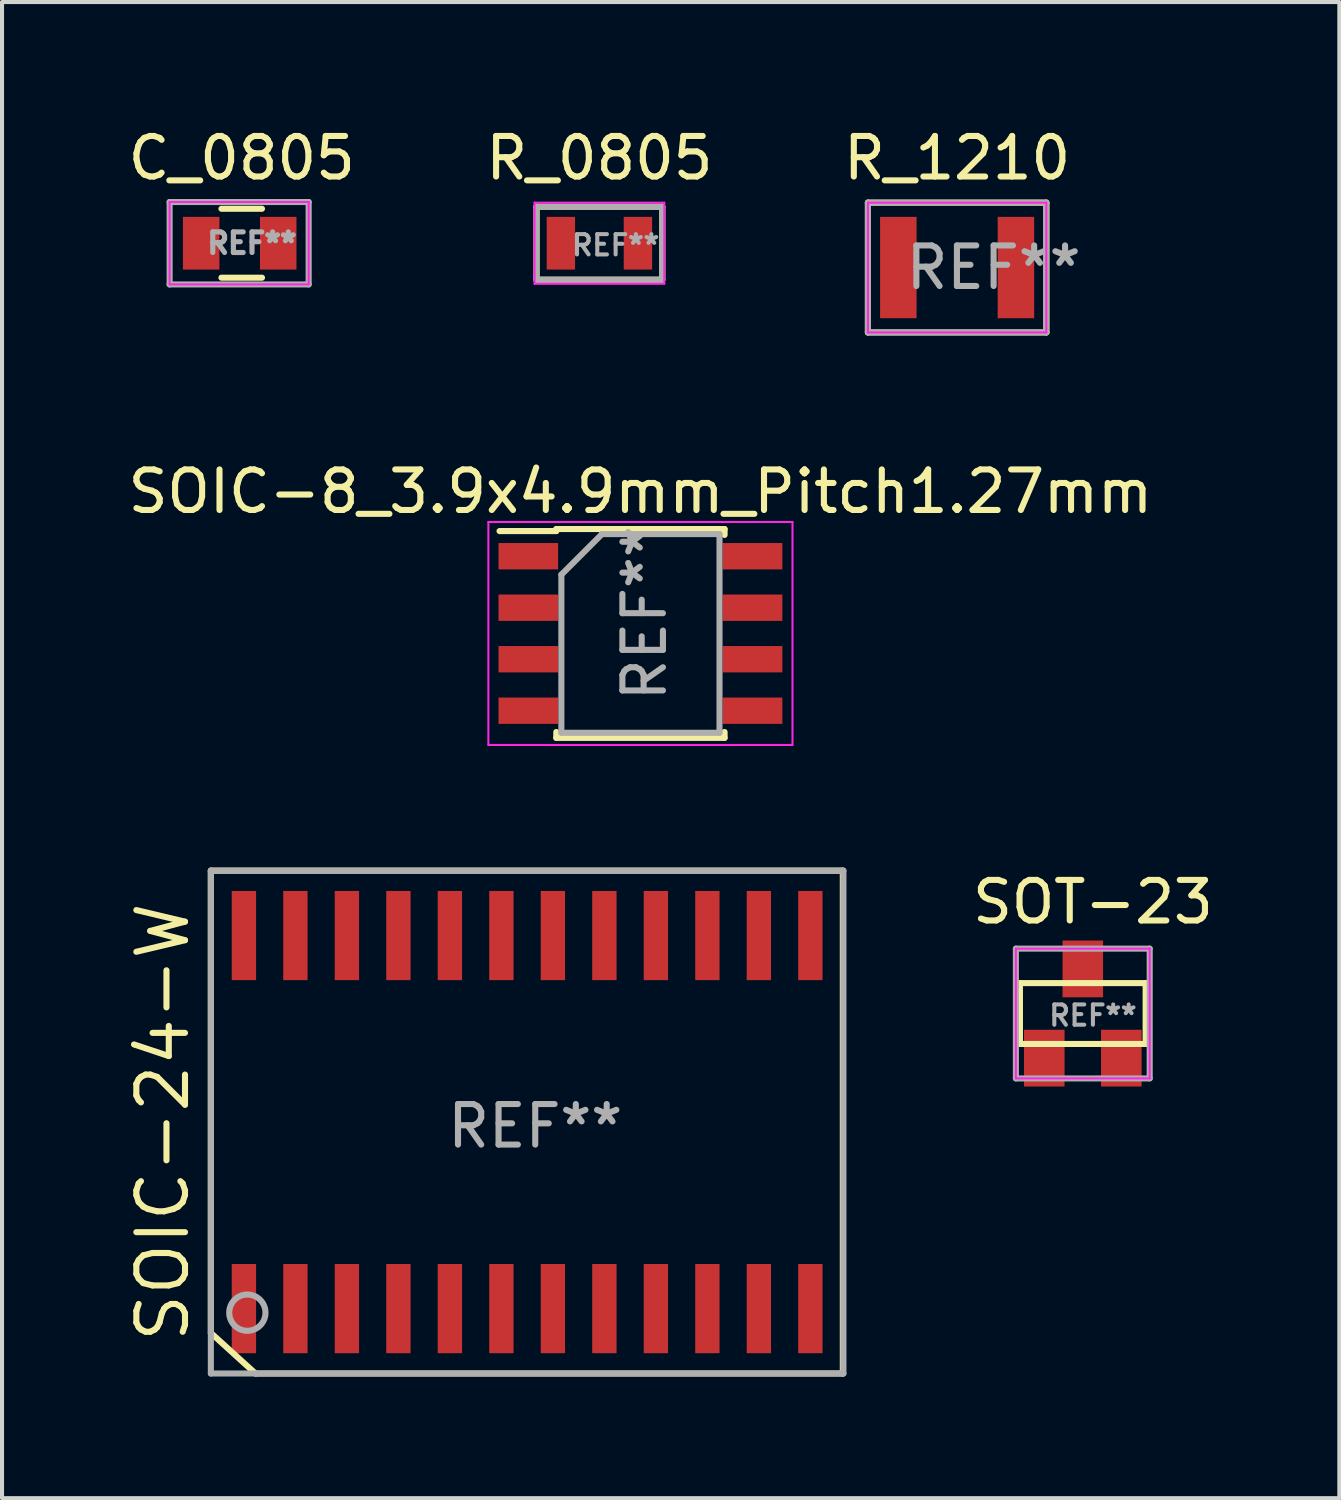
<source format=kicad_pcb>
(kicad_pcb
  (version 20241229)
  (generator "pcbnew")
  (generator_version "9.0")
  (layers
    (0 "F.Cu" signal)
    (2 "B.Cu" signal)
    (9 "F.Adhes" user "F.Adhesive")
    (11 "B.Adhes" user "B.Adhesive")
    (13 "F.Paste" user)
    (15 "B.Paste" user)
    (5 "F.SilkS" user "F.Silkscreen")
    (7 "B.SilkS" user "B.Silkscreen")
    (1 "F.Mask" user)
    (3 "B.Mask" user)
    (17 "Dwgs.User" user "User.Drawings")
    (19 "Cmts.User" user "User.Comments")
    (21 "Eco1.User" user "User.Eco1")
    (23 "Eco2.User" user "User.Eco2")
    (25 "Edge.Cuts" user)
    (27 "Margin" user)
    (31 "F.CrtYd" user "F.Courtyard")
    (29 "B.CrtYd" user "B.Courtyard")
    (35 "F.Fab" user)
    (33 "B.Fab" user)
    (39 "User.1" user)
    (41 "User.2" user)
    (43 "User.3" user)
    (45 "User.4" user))
  (footprint "R_1210"
    (layer "F.Cu")
    (at 20.554 3.548)
    (property "Reference" "R_1210" (at 0 -2.7 0) (layer "F.SilkS") (effects (font (size 1 1) (thickness 0.15))))
    (attr smd)
    (fp_line (start -2.2 -1.6) (end 2.2 -1.6) (stroke (width 0.15) (type solid)) (layer "F.SilkS"))
    (fp_line (start -2.2 1.6) (end -2.2 -1.6) (stroke (width 0.15) (type solid)) (layer "F.SilkS"))
    (fp_line (start 2.2 -1.6) (end 2.2 1.6) (stroke (width 0.15) (type solid)) (layer "F.SilkS"))
    (fp_line (start 2.2 1.6) (end -2.2 1.6) (stroke (width 0.15) (type solid)) (layer "F.SilkS"))
    (fp_line (start -2.2 -1.6) (end -2.2 1.6) (stroke (width 0.05) (type solid)) (layer "F.CrtYd"))
    (fp_line (start -2.2 -1.6) (end 2.2 -1.6) (stroke (width 0.05) (type solid)) (layer "F.CrtYd"))
    (fp_line (start -2.2 1.6) (end 2.2 1.6) (stroke (width 0.05) (type solid)) (layer "F.CrtYd"))
    (fp_line (start 2.2 -1.6) (end 2.2 1.6) (stroke (width 0.05) (type solid)) (layer "F.CrtYd"))
    (fp_line (start -2.2 -1.6) (end 2.2 -1.6) (stroke (width 0.15) (type solid)) (layer "F.Fab"))
    (fp_line (start -2.2 1.6) (end -2.2 -1.6) (stroke (width 0.15) (type solid)) (layer "F.Fab"))
    (fp_line (start 2.2 -1.6) (end 2.2 1.6) (stroke (width 0.15) (type solid)) (layer "F.Fab"))
    (fp_line (start 2.2 1.6) (end -2.2 1.6) (stroke (width 0.15) (type solid)) (layer "F.Fab"))
    (fp_text user "REF**" (at 0.9 0 0) (layer "F.Fab") (effects (font (size 1 1) (thickness 0.15))))
    (pad "1" smd rect (at -1.45 0) (size 0.9 2.5) (layers "F.Cu" "F.Mask" "F.Paste"))
    (pad "2" smd rect (at 1.45 0) (size 0.9 2.5) (layers "F.Cu" "F.Mask" "F.Paste")))
  (footprint "SOIC-24-W"
    (layer "F.Cu")
    (at 9.95 24.622)
    (property "Reference" "SOIC-24-W" (at -8.985 0 90) (layer "F.SilkS") (effects (font (size 1.2 1.2) (thickness 0.15))))
    (attr through_hole)
    (fp_line (start -7.8 -6.2) (end -7.8 5.2) (stroke (width 0.15) (type solid)) (layer "F.SilkS"))
    (fp_line (start -7.8 5.2) (end -6.7 6.2) (stroke (width 0.15) (type solid)) (layer "F.SilkS"))
    (fp_line (start -6.7 6.2) (end 7.785 6.2) (stroke (width 0.15) (type solid)) (layer "F.SilkS"))
    (fp_line (start 7.785 -6.2) (end -7.8 -6.2) (stroke (width 0.15) (type solid)) (layer "F.SilkS"))
    (fp_line (start 7.785 6.2) (end 7.785 -6.2) (stroke (width 0.15) (type solid)) (layer "F.SilkS"))
    (fp_line (start -7.8 -6.2) (end 7.8 -6.2) (stroke (width 0.15) (type solid)) (layer "F.Fab"))
    (fp_line (start -7.8 6.2) (end -7.8 -6.2) (stroke (width 0.15) (type solid)) (layer "F.Fab"))
    (fp_line (start 7.8 -6.2) (end 7.8 6.2) (stroke (width 0.15) (type solid)) (layer "F.Fab"))
    (fp_line (start 7.8 6.2) (end -7.8 6.2) (stroke (width 0.15) (type solid)) (layer "F.Fab"))
    (fp_circle (center -6.9 4.7) (end -6.5 4.9) (stroke (width 0.15) (type solid)) (fill no) (layer "F.Fab"))
    (fp_text user "REF**" (at 0.2 0.1 0) (layer "F.Fab") (effects (font (size 1 1) (thickness 0.15))))
    (pad "1" smd rect (at -6.985 4.6) (size 0.6 2.2) (layers "F.Cu" "F.Mask" "F.Paste"))
    (pad "2" smd rect (at -5.715 4.6) (size 0.6 2.2) (layers "F.Cu" "F.Mask" "F.Paste"))
    (pad "3" smd rect (at -4.445 4.6) (size 0.6 2.2) (layers "F.Cu" "F.Mask" "F.Paste"))
    (pad "4" smd rect (at -3.175 4.6) (size 0.6 2.2) (layers "F.Cu" "F.Mask" "F.Paste"))
    (pad "5" smd rect (at -1.905 4.6) (size 0.6 2.2) (layers "F.Cu" "F.Mask" "F.Paste"))
    (pad "6" smd rect (at -0.635 4.6) (size 0.6 2.2) (layers "F.Cu" "F.Mask" "F.Paste"))
    (pad "7" smd rect (at 0.635 4.6) (size 0.6 2.2) (layers "F.Cu" "F.Mask" "F.Paste"))
    (pad "8" smd rect (at 1.905 4.6) (size 0.6 2.2) (layers "F.Cu" "F.Mask" "F.Paste"))
    (pad "9" smd rect (at 3.175 4.6) (size 0.6 2.2) (layers "F.Cu" "F.Mask" "F.Paste"))
    (pad "10" smd rect (at 4.445 4.6) (size 0.6 2.2) (layers "F.Cu" "F.Mask" "F.Paste"))
    (pad "11" smd rect (at 5.715 4.6) (size 0.6 2.2) (layers "F.Cu" "F.Mask" "F.Paste"))
    (pad "12" smd rect (at 6.985 4.6) (size 0.6 2.2) (layers "F.Cu" "F.Mask" "F.Paste"))
    (pad "13" smd rect (at 6.985 -4.6) (size 0.6 2.2) (layers "F.Cu" "F.Mask" "F.Paste"))
    (pad "14" smd rect (at 5.715 -4.6) (size 0.6 2.2) (layers "F.Cu" "F.Mask" "F.Paste"))
    (pad "15" smd rect (at 4.445 -4.6) (size 0.6 2.2) (layers "F.Cu" "F.Mask" "F.Paste"))
    (pad "16" smd rect (at 3.175 -4.6) (size 0.6 2.2) (layers "F.Cu" "F.Mask" "F.Paste"))
    (pad "17" smd rect (at 1.905 -4.6) (size 0.6 2.2) (layers "F.Cu" "F.Mask" "F.Paste"))
    (pad "18" smd rect (at 0.635 -4.6) (size 0.6 2.2) (layers "F.Cu" "F.Mask" "F.Paste"))
    (pad "19" smd rect (at -0.635 -4.6) (size 0.6 2.2) (layers "F.Cu" "F.Mask" "F.Paste"))
    (pad "20" smd rect (at -1.905 -4.6) (size 0.6 2.2) (layers "F.Cu" "F.Mask" "F.Paste"))
    (pad "21" smd rect (at -3.175 -4.6) (size 0.6 2.2) (layers "F.Cu" "F.Mask" "F.Paste"))
    (pad "22" smd rect (at -4.445 -4.6) (size 0.6 2.2) (layers "F.Cu" "F.Mask" "F.Paste"))
    (pad "23" smd rect (at -5.715 -4.6) (size 0.6 2.2) (layers "F.Cu" "F.Mask" "F.Paste"))
    (pad "24" smd rect (at -6.985 -4.6) (size 0.6 2.2) (layers "F.Cu" "F.Mask" "F.Paste")))
  (footprint "C_0805"
    (layer "F.Cu")
    (at 2.911 2.948)
    (property "Reference" "C_0805" (at 0 -2.1 0) (layer "F.SilkS") (effects (font (size 1 1) (thickness 0.15))))
    (attr smd)
    (fp_line (start -0.5 0.85) (end 0.5 0.85) (stroke (width 0.15) (type solid)) (layer "F.SilkS"))
    (fp_line (start 0.5 -0.85) (end -0.5 -0.85) (stroke (width 0.15) (type solid)) (layer "F.SilkS"))
    (fp_line (start -1.778 -1.016) (end -1.778 1.016) (stroke (width 0.05) (type solid)) (layer "F.CrtYd"))
    (fp_line (start -1.778 -1.016) (end 1.651 -1.016) (stroke (width 0.05) (type solid)) (layer "F.CrtYd"))
    (fp_line (start -1.778 1.016) (end 1.651 1.016) (stroke (width 0.05) (type solid)) (layer "F.CrtYd"))
    (fp_line (start 1.651 -1.016) (end 1.651 1.016) (stroke (width 0.05) (type solid)) (layer "F.CrtYd"))
    (fp_line (start -1.778 -1.016) (end 1.651 -1.016) (stroke (width 0.15) (type solid)) (layer "F.Fab"))
    (fp_line (start -1.778 1.016) (end -1.778 -1.016) (stroke (width 0.15) (type solid)) (layer "F.Fab"))
    (fp_line (start 1.651 -1.016) (end 1.651 1.016) (stroke (width 0.15) (type solid)) (layer "F.Fab"))
    (fp_line (start 1.651 1.016) (end -1.778 1.016) (stroke (width 0.15) (type solid)) (layer "F.Fab"))
    (fp_text user "REF**" (at 0.254 0 0) (layer "F.Fab") (effects (font (size 0.508 0.508) (thickness 0.127))))
    (pad "1" smd rect (at -1 0) (size 0.9 1.3) (layers "F.Cu" "F.Mask" "F.Paste"))
    (pad "2" smd rect (at 0.9 0) (size 0.9 1.3) (layers "F.Cu" "F.Mask" "F.Paste")))
  (footprint "SOIC-8_3.9x4.9mm_Pitch1.27mm"
    (layer "F.Cu")
    (at 12.744 12.572)
    (property "Reference" "SOIC-8_3.9x4.9mm_Pitch1.27mm" (at 0 -3.5 0) (layer "F.SilkS") (effects (font (size 1 1) (thickness 0.15))))
    (attr smd)
    (fp_line (start -2.075 -2.575) (end -2.075 -2.525) (stroke (width 0.15) (type solid)) (layer "F.SilkS"))
    (fp_line (start -2.075 -2.575) (end 2.075 -2.575) (stroke (width 0.15) (type solid)) (layer "F.SilkS"))
    (fp_line (start -2.075 -2.525) (end -3.475 -2.525) (stroke (width 0.15) (type solid)) (layer "F.SilkS"))
    (fp_line (start -2.075 2.575) (end -2.075 2.43) (stroke (width 0.15) (type solid)) (layer "F.SilkS"))
    (fp_line (start -2.075 2.575) (end 2.075 2.575) (stroke (width 0.15) (type solid)) (layer "F.SilkS"))
    (fp_line (start 2.075 -2.575) (end 2.075 -2.43) (stroke (width 0.15) (type solid)) (layer "F.SilkS"))
    (fp_line (start 2.075 2.575) (end 2.075 2.43) (stroke (width 0.15) (type solid)) (layer "F.SilkS"))
    (fp_line (start -3.75 -2.75) (end -3.75 2.75) (stroke (width 0.05) (type solid)) (layer "F.CrtYd"))
    (fp_line (start -3.75 -2.75) (end 3.75 -2.75) (stroke (width 0.05) (type solid)) (layer "F.CrtYd"))
    (fp_line (start -3.75 2.75) (end 3.75 2.75) (stroke (width 0.05) (type solid)) (layer "F.CrtYd"))
    (fp_line (start 3.75 -2.75) (end 3.75 2.75) (stroke (width 0.05) (type solid)) (layer "F.CrtYd"))
    (fp_line (start -1.95 -1.45) (end -0.95 -2.45) (stroke (width 0.15) (type solid)) (layer "F.Fab"))
    (fp_line (start -1.95 2.45) (end -1.95 -1.45) (stroke (width 0.15) (type solid)) (layer "F.Fab"))
    (fp_line (start -0.95 -2.45) (end 1.95 -2.45) (stroke (width 0.15) (type solid)) (layer "F.Fab"))
    (fp_line (start 1.95 -2.45) (end 1.95 2.45) (stroke (width 0.15) (type solid)) (layer "F.Fab"))
    (fp_line (start 1.95 2.45) (end -1.95 2.45) (stroke (width 0.15) (type solid)) (layer "F.Fab"))
    (fp_text user "REF**" (at 0.1 -0.5 90) (layer "F.Fab") (effects (font (size 1 1) (thickness 0.15))))
    (pad "1" smd rect (at -2.765 -1.905) (size 1.47 0.65) (layers "F.Cu" "F.Mask" "F.Paste"))
    (pad "2" smd rect (at -2.765 -0.635) (size 1.47 0.65) (layers "F.Cu" "F.Mask" "F.Paste"))
    (pad "3" smd rect (at -2.765 0.635) (size 1.47 0.65) (layers "F.Cu" "F.Mask" "F.Paste"))
    (pad "4" smd rect (at -2.765 1.905) (size 1.47 0.65) (layers "F.Cu" "F.Mask" "F.Paste"))
    (pad "5" smd rect (at 2.765 1.905) (size 1.47 0.65) (layers "F.Cu" "F.Mask" "F.Paste"))
    (pad "6" smd rect (at 2.765 0.635) (size 1.47 0.65) (layers "F.Cu" "F.Mask" "F.Paste"))
    (pad "7" smd rect (at 2.765 -0.635) (size 1.47 0.65) (layers "F.Cu" "F.Mask" "F.Paste"))
    (pad "8" smd rect (at 2.765 -1.905) (size 1.47 0.65) (layers "F.Cu" "F.Mask" "F.Paste")))
  (footprint "SOT-23"
    (layer "F.Cu")
    (at 23.653 21.945)
    (property "Reference" "SOT-23" (at 0.25 -2.75 0) (layer "F.SilkS") (effects (font (size 1 1) (thickness 0.15))))
    (attr smd)
    (fp_line (start -1.55 -0.75) (end 1.55 -0.75) (stroke (width 0.15) (type solid)) (layer "F.SilkS"))
    (fp_line (start -1.55 0.75) (end -1.55 -0.75) (stroke (width 0.15) (type solid)) (layer "F.SilkS"))
    (fp_line (start 1.55 -0.75) (end 1.55 0.75) (stroke (width 0.15) (type solid)) (layer "F.SilkS"))
    (fp_line (start 1.55 0.75) (end -1.55 0.75) (stroke (width 0.15) (type solid)) (layer "F.SilkS"))
    (fp_line (start -1.65 -1.6) (end 1.65 -1.6) (stroke (width 0.05) (type solid)) (layer "F.CrtYd"))
    (fp_line (start -1.65 1.6) (end -1.65 -1.6) (stroke (width 0.05) (type solid)) (layer "F.CrtYd"))
    (fp_line (start 1.65 -1.6) (end 1.65 1.6) (stroke (width 0.05) (type solid)) (layer "F.CrtYd"))
    (fp_line (start 1.65 1.6) (end -1.65 1.6) (stroke (width 0.05) (type solid)) (layer "F.CrtYd"))
    (fp_line (start -1.65 -1.6) (end 1.65 -1.6) (stroke (width 0.15) (type solid)) (layer "F.Fab"))
    (fp_line (start -1.65 1.6) (end -1.65 -1.6) (stroke (width 0.15) (type solid)) (layer "F.Fab"))
    (fp_line (start 1.65 -1.6) (end 1.65 1.6) (stroke (width 0.15) (type solid)) (layer "F.Fab"))
    (fp_line (start 1.65 1.6) (end -1.65 1.6) (stroke (width 0.15) (type solid)) (layer "F.Fab"))
    (fp_text user "REF**" (at 0.25 0.05 0) (layer "F.Fab") (effects (font (size 0.5 0.5) (thickness 0.1))))
    (pad "1" smd rect (at -0.95 1.1) (size 1 1.4) (layers "F.Cu" "F.Mask" "F.Paste"))
    (pad "2" smd rect (at 0.95 1.1) (size 1 1.4) (layers "F.Cu" "F.Mask" "F.Paste"))
    (pad "3" smd rect (at 0 -1.1) (size 1 1.4) (layers "F.Cu" "F.Mask" "F.Paste")))
  (footprint "R_0805"
    (layer "F.Cu")
    (at 11.732 2.948)
    (property "Reference" "R_0805" (at 0 -2.1 0) (layer "F.SilkS") (effects (font (size 1 1) (thickness 0.15))))
    (attr smd)
    (fp_line (start -1.55 -0.9) (end 1.55 -0.9) (stroke (width 0.15) (type solid)) (layer "F.SilkS"))
    (fp_line (start -1.55 0.9) (end -1.55 -0.9) (stroke (width 0.15) (type solid)) (layer "F.SilkS"))
    (fp_line (start 1.55 -0.9) (end 1.55 0.9) (stroke (width 0.15) (type solid)) (layer "F.SilkS"))
    (fp_line (start 1.55 0.9) (end -1.55 0.9) (stroke (width 0.15) (type solid)) (layer "F.SilkS"))
    (fp_line (start -1.6 -1) (end -1.6 1) (stroke (width 0.05) (type solid)) (layer "F.CrtYd"))
    (fp_line (start -1.6 -1) (end 1.6 -1) (stroke (width 0.05) (type solid)) (layer "F.CrtYd"))
    (fp_line (start -1.6 1) (end 1.6 1) (stroke (width 0.05) (type solid)) (layer "F.CrtYd"))
    (fp_line (start 1.6 -1) (end 1.6 1) (stroke (width 0.05) (type solid)) (layer "F.CrtYd"))
    (fp_line (start -1.55 -0.9) (end 1.55 -0.9) (stroke (width 0.15) (type solid)) (layer "F.Fab"))
    (fp_line (start -1.55 0.9) (end -1.55 -0.9) (stroke (width 0.15) (type solid)) (layer "F.Fab"))
    (fp_line (start 1.55 -0.9) (end 1.55 0.9) (stroke (width 0.15) (type solid)) (layer "F.Fab"))
    (fp_line (start 1.55 0.9) (end -1.55 0.9) (stroke (width 0.15) (type solid)) (layer "F.Fab"))
    (fp_text user "REF**" (at 0.4 0.05 0) (layer "F.Fab") (effects (font (size 0.5 0.5) (thickness 0.1))))
    (pad "1" smd rect (at -0.95 0) (size 0.7 1.3) (layers "F.Cu" "F.Mask" "F.Paste"))
    (pad "2" smd rect (at 0.95 0) (size 0.7 1.3) (layers "F.Cu" "F.Mask" "F.Paste")))
  (gr_rect
    (start -3 -3)
    (end 29.98 33.897)
    (stroke (width 0.1) (type default))
    (fill no)
    (layer "Edge.Cuts")))
</source>
